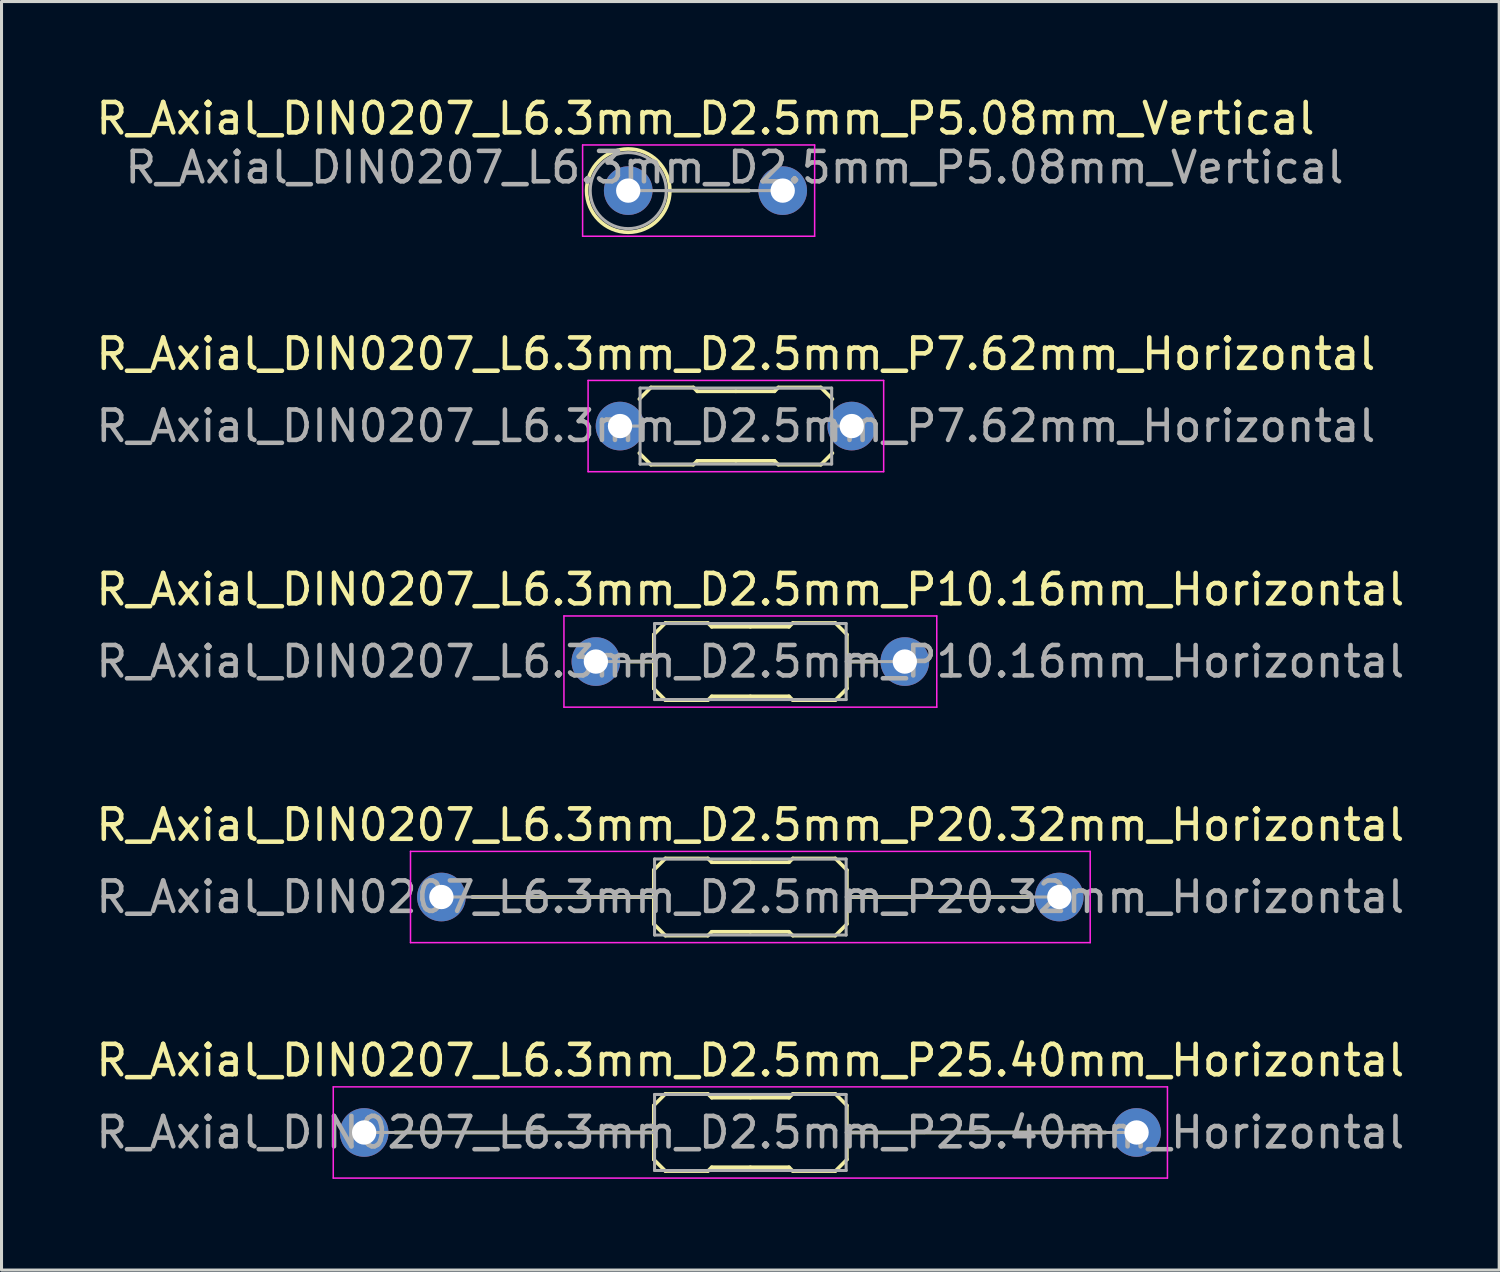
<source format=kicad_pcb>
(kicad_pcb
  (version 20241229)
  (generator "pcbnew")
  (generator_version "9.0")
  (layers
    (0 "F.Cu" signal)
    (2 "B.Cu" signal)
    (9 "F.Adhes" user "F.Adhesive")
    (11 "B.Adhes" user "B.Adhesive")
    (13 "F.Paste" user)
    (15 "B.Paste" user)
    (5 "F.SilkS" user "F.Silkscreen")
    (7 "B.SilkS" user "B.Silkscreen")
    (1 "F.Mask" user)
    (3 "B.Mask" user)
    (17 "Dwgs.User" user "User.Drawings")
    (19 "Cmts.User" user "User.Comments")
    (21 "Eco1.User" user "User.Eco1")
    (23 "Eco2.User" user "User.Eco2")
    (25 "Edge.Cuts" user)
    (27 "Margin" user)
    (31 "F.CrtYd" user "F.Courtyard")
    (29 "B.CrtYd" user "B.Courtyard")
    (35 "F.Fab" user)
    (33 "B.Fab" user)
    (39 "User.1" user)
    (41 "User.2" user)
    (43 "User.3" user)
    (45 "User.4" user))
  (footprint "R_Axial_DIN0207_L6.3mm_D2.5mm_P25.40mm_Horizontal"
    (layer "F.Cu")
    (at 11.465 34.191)
    (property "Reference" "R_Axial_DIN0207_L6.3mm_D2.5mm_P25.40mm_Horizontal" (at 10.16 -2.37 0) (layer "F.SilkS") (effects (font (size 1 1) (thickness 0.15))))
    (attr through_hole)
    (fp_line (start 6.985 -0.889) (end 6.985 0.889) (stroke (width 0.12) (type solid)) (layer "F.SilkS"))
    (fp_line (start 6.985 -0.889) (end 7.366 -1.27) (stroke (width 0.12) (type solid)) (layer "F.SilkS"))
    (fp_line (start 6.985 0) (end -1.524 0) (stroke (width 0.12) (type solid)) (layer "F.SilkS"))
    (fp_line (start 6.985 0.889) (end 7.366 1.27) (stroke (width 0.12) (type solid)) (layer "F.SilkS"))
    (fp_line (start 7.366 -1.27) (end 8.763 -1.27) (stroke (width 0.12) (type solid)) (layer "F.SilkS"))
    (fp_line (start 7.366 1.27) (end 8.763 1.27) (stroke (width 0.12) (type solid)) (layer "F.SilkS"))
    (fp_line (start 8.763 -1.27) (end 8.89 -1.143) (stroke (width 0.12) (type solid)) (layer "F.SilkS"))
    (fp_line (start 8.763 1.27) (end 8.89 1.143) (stroke (width 0.12) (type solid)) (layer "F.SilkS"))
    (fp_line (start 8.89 -1.143) (end 10.16 -1.143) (stroke (width 0.12) (type solid)) (layer "F.SilkS"))
    (fp_line (start 8.89 1.143) (end 10.16 1.143) (stroke (width 0.12) (type solid)) (layer "F.SilkS"))
    (fp_line (start 11.43 -1.143) (end 10.16 -1.143) (stroke (width 0.12) (type solid)) (layer "F.SilkS"))
    (fp_line (start 11.43 1.143) (end 10.16 1.143) (stroke (width 0.12) (type solid)) (layer "F.SilkS"))
    (fp_line (start 11.557 -1.27) (end 11.43 -1.143) (stroke (width 0.12) (type solid)) (layer "F.SilkS"))
    (fp_line (start 11.557 1.27) (end 11.43 1.143) (stroke (width 0.12) (type solid)) (layer "F.SilkS"))
    (fp_line (start 12.954 -1.27) (end 11.557 -1.27) (stroke (width 0.12) (type solid)) (layer "F.SilkS"))
    (fp_line (start 12.954 1.27) (end 11.557 1.27) (stroke (width 0.12) (type solid)) (layer "F.SilkS"))
    (fp_line (start 13.335 -0.889) (end 12.954 -1.27) (stroke (width 0.12) (type solid)) (layer "F.SilkS"))
    (fp_line (start 13.335 -0.889) (end 13.335 0.889) (stroke (width 0.12) (type solid)) (layer "F.SilkS"))
    (fp_line (start 13.335 0) (end 21.844 0) (stroke (width 0.12) (type solid)) (layer "F.SilkS"))
    (fp_line (start 13.335 0.889) (end 12.954 1.27) (stroke (width 0.12) (type solid)) (layer "F.SilkS"))
    (fp_line (start -3.556 -1.5) (end -3.556 1.5) (stroke (width 0.05) (type solid)) (layer "F.CrtYd"))
    (fp_line (start -3.556 1.5) (end 23.876 1.5) (stroke (width 0.05) (type solid)) (layer "F.CrtYd"))
    (fp_line (start 23.876 -1.5) (end -3.556 -1.5) (stroke (width 0.05) (type solid)) (layer "F.CrtYd"))
    (fp_line (start 23.876 1.5) (end 23.876 -1.5) (stroke (width 0.05) (type solid)) (layer "F.CrtYd"))
    (fp_line (start -2.54 0) (end 7.01 0) (stroke (width 0.1) (type solid)) (layer "F.Fab"))
    (fp_line (start 7.01 -1.25) (end 7.01 1.25) (stroke (width 0.1) (type solid)) (layer "F.Fab"))
    (fp_line (start 7.01 1.25) (end 13.31 1.25) (stroke (width 0.1) (type solid)) (layer "F.Fab"))
    (fp_line (start 13.31 -1.25) (end 7.01 -1.25) (stroke (width 0.1) (type solid)) (layer "F.Fab"))
    (fp_line (start 13.31 1.25) (end 13.31 -1.25) (stroke (width 0.1) (type solid)) (layer "F.Fab"))
    (fp_line (start 22.86 0) (end 13.31 0) (stroke (width 0.1) (type solid)) (layer "F.Fab"))
    (fp_text user "${REFERENCE}" (at 10.16 0 0) (layer "F.Fab") (effects (font (size 1 1) (thickness 0.15))))
    (pad "1" thru_hole circle (at -2.54 0) (size 1.6 1.6) (drill 0.8) (layers "*.Cu" "*.Mask"))
    (pad "2" thru_hole oval (at 22.86 0) (size 1.6 1.6) (drill 0.8) (layers "*.Cu" "*.Mask")))
  (footprint "R_Axial_DIN0207_L6.3mm_D2.5mm_P5.08mm_Vertical"
    (layer "F.Cu")
    (at 17.609 3.218)
    (property "Reference" "R_Axial_DIN0207_L6.3mm_D2.5mm_P5.08mm_Vertical" (at 2.54 -2.37 0) (layer "F.SilkS") (effects (font (size 1 1) (thickness 0.15))))
    (attr through_hole)
    (fp_line (start 1.37 0) (end 3.98 0) (stroke (width 0.12) (type solid)) (layer "F.SilkS"))
    (fp_circle (center 0 0) (end 1.37 0) (stroke (width 0.12) (type solid)) (fill no) (layer "F.SilkS"))
    (fp_line (start -1.5 -1.5) (end -1.5 1.5) (stroke (width 0.05) (type solid)) (layer "F.CrtYd"))
    (fp_line (start -1.5 1.5) (end 6.13 1.5) (stroke (width 0.05) (type solid)) (layer "F.CrtYd"))
    (fp_line (start 6.13 -1.5) (end -1.5 -1.5) (stroke (width 0.05) (type solid)) (layer "F.CrtYd"))
    (fp_line (start 6.13 1.5) (end 6.13 -1.5) (stroke (width 0.05) (type solid)) (layer "F.CrtYd"))
    (fp_line (start 0 0) (end 5.08 0) (stroke (width 0.1) (type solid)) (layer "F.Fab"))
    (fp_circle (center 0 0) (end 1.25 0) (stroke (width 0.1) (type solid)) (fill no) (layer "F.Fab"))
    (fp_text user "${REFERENCE}" (at 3.493 -0.762 0) (layer "F.Fab") (effects (font (size 1 1) (thickness 0.15))))
    (pad "1" thru_hole circle (at 0 0) (size 1.6 1.6) (drill 0.8) (layers "*.Cu" "*.Mask"))
    (pad "2" thru_hole oval (at 5.08 0) (size 1.6 1.6) (drill 0.8) (layers "*.Cu" "*.Mask")))
  (footprint "R_Axial_DIN0207_L6.3mm_D2.5mm_P10.16mm_Horizontal"
    (layer "F.Cu")
    (at 16.545 18.705)
    (property "Reference" "R_Axial_DIN0207_L6.3mm_D2.5mm_P10.16mm_Horizontal" (at 5.08 -2.37 0) (layer "F.SilkS") (effects (font (size 1 1) (thickness 0.15))))
    (attr through_hole)
    (fp_line (start 1.905 -0.889) (end 1.905 0.889) (stroke (width 0.12) (type solid)) (layer "F.SilkS"))
    (fp_line (start 1.905 -0.889) (end 2.286 -1.27) (stroke (width 0.12) (type solid)) (layer "F.SilkS"))
    (fp_line (start 1.905 0) (end 1.016 0) (stroke (width 0.12) (type solid)) (layer "F.SilkS"))
    (fp_line (start 1.905 0.889) (end 2.286 1.27) (stroke (width 0.12) (type solid)) (layer "F.SilkS"))
    (fp_line (start 2.286 -1.27) (end 3.683 -1.27) (stroke (width 0.12) (type solid)) (layer "F.SilkS"))
    (fp_line (start 2.286 1.27) (end 3.683 1.27) (stroke (width 0.12) (type solid)) (layer "F.SilkS"))
    (fp_line (start 3.683 -1.27) (end 3.81 -1.143) (stroke (width 0.12) (type solid)) (layer "F.SilkS"))
    (fp_line (start 3.683 1.27) (end 3.81 1.143) (stroke (width 0.12) (type solid)) (layer "F.SilkS"))
    (fp_line (start 3.81 -1.143) (end 5.08 -1.143) (stroke (width 0.12) (type solid)) (layer "F.SilkS"))
    (fp_line (start 3.81 1.143) (end 5.08 1.143) (stroke (width 0.12) (type solid)) (layer "F.SilkS"))
    (fp_line (start 6.35 -1.143) (end 5.08 -1.143) (stroke (width 0.12) (type solid)) (layer "F.SilkS"))
    (fp_line (start 6.35 1.143) (end 5.08 1.143) (stroke (width 0.12) (type solid)) (layer "F.SilkS"))
    (fp_line (start 6.477 -1.27) (end 6.35 -1.143) (stroke (width 0.12) (type solid)) (layer "F.SilkS"))
    (fp_line (start 6.477 1.27) (end 6.35 1.143) (stroke (width 0.12) (type solid)) (layer "F.SilkS"))
    (fp_line (start 7.874 -1.27) (end 6.477 -1.27) (stroke (width 0.12) (type solid)) (layer "F.SilkS"))
    (fp_line (start 7.874 1.27) (end 6.477 1.27) (stroke (width 0.12) (type solid)) (layer "F.SilkS"))
    (fp_line (start 8.255 -0.889) (end 7.874 -1.27) (stroke (width 0.12) (type solid)) (layer "F.SilkS"))
    (fp_line (start 8.255 -0.889) (end 8.255 0.889) (stroke (width 0.12) (type solid)) (layer "F.SilkS"))
    (fp_line (start 8.255 0) (end 9.144 0) (stroke (width 0.12) (type solid)) (layer "F.SilkS"))
    (fp_line (start 8.255 0.889) (end 7.874 1.27) (stroke (width 0.12) (type solid)) (layer "F.SilkS"))
    (fp_line (start -1.05 -1.5) (end -1.05 1.5) (stroke (width 0.05) (type solid)) (layer "F.CrtYd"))
    (fp_line (start -1.05 1.5) (end 11.21 1.5) (stroke (width 0.05) (type solid)) (layer "F.CrtYd"))
    (fp_line (start 11.21 -1.5) (end -1.05 -1.5) (stroke (width 0.05) (type solid)) (layer "F.CrtYd"))
    (fp_line (start 11.21 1.5) (end 11.21 -1.5) (stroke (width 0.05) (type solid)) (layer "F.CrtYd"))
    (fp_line (start 0 0) (end 1.93 0) (stroke (width 0.1) (type solid)) (layer "F.Fab"))
    (fp_line (start 1.93 -1.25) (end 1.93 1.25) (stroke (width 0.1) (type solid)) (layer "F.Fab"))
    (fp_line (start 1.93 1.25) (end 8.23 1.25) (stroke (width 0.1) (type solid)) (layer "F.Fab"))
    (fp_line (start 8.23 -1.25) (end 1.93 -1.25) (stroke (width 0.1) (type solid)) (layer "F.Fab"))
    (fp_line (start 8.23 1.25) (end 8.23 -1.25) (stroke (width 0.1) (type solid)) (layer "F.Fab"))
    (fp_line (start 10.16 0) (end 8.23 0) (stroke (width 0.1) (type solid)) (layer "F.Fab"))
    (fp_text user "${REFERENCE}" (at 5.08 0 0) (layer "F.Fab") (effects (font (size 1 1) (thickness 0.15))))
    (pad "1" thru_hole circle (at 0 0) (size 1.6 1.6) (drill 0.8) (layers "*.Cu" "*.Mask"))
    (pad "2" thru_hole oval (at 10.16 0) (size 1.6 1.6) (drill 0.8) (layers "*.Cu" "*.Mask")))
  (footprint "R_Axial_DIN0207_L6.3mm_D2.5mm_P20.32mm_Horizontal"
    (layer "F.Cu")
    (at 14.005 26.448)
    (property "Reference" "R_Axial_DIN0207_L6.3mm_D2.5mm_P20.32mm_Horizontal" (at 7.62 -2.37 0) (layer "F.SilkS") (effects (font (size 1 1) (thickness 0.15))))
    (attr through_hole)
    (fp_line (start 4.445 -0.889) (end 4.445 0.889) (stroke (width 0.12) (type solid)) (layer "F.SilkS"))
    (fp_line (start 4.445 -0.889) (end 4.826 -1.27) (stroke (width 0.12) (type solid)) (layer "F.SilkS"))
    (fp_line (start 4.445 0) (end -1.524 0) (stroke (width 0.12) (type solid)) (layer "F.SilkS"))
    (fp_line (start 4.445 0.889) (end 4.826 1.27) (stroke (width 0.12) (type solid)) (layer "F.SilkS"))
    (fp_line (start 4.826 -1.27) (end 6.223 -1.27) (stroke (width 0.12) (type solid)) (layer "F.SilkS"))
    (fp_line (start 4.826 1.27) (end 6.223 1.27) (stroke (width 0.12) (type solid)) (layer "F.SilkS"))
    (fp_line (start 6.223 -1.27) (end 6.35 -1.143) (stroke (width 0.12) (type solid)) (layer "F.SilkS"))
    (fp_line (start 6.223 1.27) (end 6.35 1.143) (stroke (width 0.12) (type solid)) (layer "F.SilkS"))
    (fp_line (start 6.35 -1.143) (end 7.62 -1.143) (stroke (width 0.12) (type solid)) (layer "F.SilkS"))
    (fp_line (start 6.35 1.143) (end 7.62 1.143) (stroke (width 0.12) (type solid)) (layer "F.SilkS"))
    (fp_line (start 8.89 -1.143) (end 7.62 -1.143) (stroke (width 0.12) (type solid)) (layer "F.SilkS"))
    (fp_line (start 8.89 1.143) (end 7.62 1.143) (stroke (width 0.12) (type solid)) (layer "F.SilkS"))
    (fp_line (start 9.017 -1.27) (end 8.89 -1.143) (stroke (width 0.12) (type solid)) (layer "F.SilkS"))
    (fp_line (start 9.017 1.27) (end 8.89 1.143) (stroke (width 0.12) (type solid)) (layer "F.SilkS"))
    (fp_line (start 10.414 -1.27) (end 9.017 -1.27) (stroke (width 0.12) (type solid)) (layer "F.SilkS"))
    (fp_line (start 10.414 1.27) (end 9.017 1.27) (stroke (width 0.12) (type solid)) (layer "F.SilkS"))
    (fp_line (start 10.795 -0.889) (end 10.414 -1.27) (stroke (width 0.12) (type solid)) (layer "F.SilkS"))
    (fp_line (start 10.795 -0.889) (end 10.795 0.889) (stroke (width 0.12) (type solid)) (layer "F.SilkS"))
    (fp_line (start 10.795 0) (end 16.764 0) (stroke (width 0.12) (type solid)) (layer "F.SilkS"))
    (fp_line (start 10.795 0.889) (end 10.414 1.27) (stroke (width 0.12) (type solid)) (layer "F.SilkS"))
    (fp_line (start -3.556 -1.5) (end -3.556 1.5) (stroke (width 0.05) (type solid)) (layer "F.CrtYd"))
    (fp_line (start -3.556 1.5) (end 18.796 1.5) (stroke (width 0.05) (type solid)) (layer "F.CrtYd"))
    (fp_line (start 18.796 -1.5) (end -3.556 -1.5) (stroke (width 0.05) (type solid)) (layer "F.CrtYd"))
    (fp_line (start 18.796 1.5) (end 18.796 -1.5) (stroke (width 0.05) (type solid)) (layer "F.CrtYd"))
    (fp_line (start -2.54 0) (end 4.47 0) (stroke (width 0.1) (type solid)) (layer "F.Fab"))
    (fp_line (start 4.47 -1.25) (end 4.47 1.25) (stroke (width 0.1) (type solid)) (layer "F.Fab"))
    (fp_line (start 4.47 1.25) (end 10.77 1.25) (stroke (width 0.1) (type solid)) (layer "F.Fab"))
    (fp_line (start 10.77 -1.25) (end 4.47 -1.25) (stroke (width 0.1) (type solid)) (layer "F.Fab"))
    (fp_line (start 10.77 1.25) (end 10.77 -1.25) (stroke (width 0.1) (type solid)) (layer "F.Fab"))
    (fp_line (start 17.78 0) (end 10.77 0) (stroke (width 0.1) (type solid)) (layer "F.Fab"))
    (fp_text user "${REFERENCE}" (at 7.62 0 0) (layer "F.Fab") (effects (font (size 1 1) (thickness 0.15))))
    (pad "1" thru_hole circle (at -2.54 0) (size 1.6 1.6) (drill 0.8) (layers "*.Cu" "*.Mask"))
    (pad "2" thru_hole oval (at 17.78 0) (size 1.6 1.6) (drill 0.8) (layers "*.Cu" "*.Mask")))
  (footprint "R_Axial_DIN0207_L6.3mm_D2.5mm_P7.62mm_Horizontal"
    (layer "F.Cu")
    (at 17.339 10.961)
    (property "Reference" "R_Axial_DIN0207_L6.3mm_D2.5mm_P7.62mm_Horizontal" (at 3.81 -2.37 0) (layer "F.SilkS") (effects (font (size 1 1) (thickness 0.15))))
    (attr through_hole)
    (fp_line (start 0.635 -0.889) (end 1.016 -1.27) (stroke (width 0.12) (type solid)) (layer "F.SilkS"))
    (fp_line (start 0.635 0.889) (end 1.016 1.27) (stroke (width 0.12) (type solid)) (layer "F.SilkS"))
    (fp_line (start 1.016 -1.27) (end 2.413 -1.27) (stroke (width 0.12) (type solid)) (layer "F.SilkS"))
    (fp_line (start 1.016 1.27) (end 2.413 1.27) (stroke (width 0.12) (type solid)) (layer "F.SilkS"))
    (fp_line (start 2.413 -1.27) (end 2.54 -1.143) (stroke (width 0.12) (type solid)) (layer "F.SilkS"))
    (fp_line (start 2.413 1.27) (end 2.54 1.143) (stroke (width 0.12) (type solid)) (layer "F.SilkS"))
    (fp_line (start 2.54 -1.143) (end 3.81 -1.143) (stroke (width 0.12) (type solid)) (layer "F.SilkS"))
    (fp_line (start 2.54 1.143) (end 3.81 1.143) (stroke (width 0.12) (type solid)) (layer "F.SilkS"))
    (fp_line (start 5.08 -1.143) (end 3.81 -1.143) (stroke (width 0.12) (type solid)) (layer "F.SilkS"))
    (fp_line (start 5.08 1.143) (end 3.81 1.143) (stroke (width 0.12) (type solid)) (layer "F.SilkS"))
    (fp_line (start 5.207 -1.27) (end 5.08 -1.143) (stroke (width 0.12) (type solid)) (layer "F.SilkS"))
    (fp_line (start 5.207 1.27) (end 5.08 1.143) (stroke (width 0.12) (type solid)) (layer "F.SilkS"))
    (fp_line (start 6.604 -1.27) (end 5.207 -1.27) (stroke (width 0.12) (type solid)) (layer "F.SilkS"))
    (fp_line (start 6.604 1.27) (end 5.207 1.27) (stroke (width 0.12) (type solid)) (layer "F.SilkS"))
    (fp_line (start 6.985 -0.889) (end 6.604 -1.27) (stroke (width 0.12) (type solid)) (layer "F.SilkS"))
    (fp_line (start 6.985 0.889) (end 6.604 1.27) (stroke (width 0.12) (type solid)) (layer "F.SilkS"))
    (fp_line (start -1.05 -1.5) (end -1.05 1.5) (stroke (width 0.05) (type solid)) (layer "F.CrtYd"))
    (fp_line (start -1.05 1.5) (end 8.67 1.5) (stroke (width 0.05) (type solid)) (layer "F.CrtYd"))
    (fp_line (start 8.67 -1.5) (end -1.05 -1.5) (stroke (width 0.05) (type solid)) (layer "F.CrtYd"))
    (fp_line (start 8.67 1.5) (end 8.67 -1.5) (stroke (width 0.05) (type solid)) (layer "F.CrtYd"))
    (fp_line (start 0 0) (end 0.66 0) (stroke (width 0.1) (type solid)) (layer "F.Fab"))
    (fp_line (start 0.66 -1.25) (end 0.66 1.25) (stroke (width 0.1) (type solid)) (layer "F.Fab"))
    (fp_line (start 0.66 1.25) (end 6.96 1.25) (stroke (width 0.1) (type solid)) (layer "F.Fab"))
    (fp_line (start 6.96 -1.25) (end 0.66 -1.25) (stroke (width 0.1) (type solid)) (layer "F.Fab"))
    (fp_line (start 6.96 1.25) (end 6.96 -1.25) (stroke (width 0.1) (type solid)) (layer "F.Fab"))
    (fp_line (start 7.62 0) (end 6.96 0) (stroke (width 0.1) (type solid)) (layer "F.Fab"))
    (fp_text user "${REFERENCE}" (at 3.81 0 0) (layer "F.Fab") (effects (font (size 1 1) (thickness 0.15))))
    (pad "1" thru_hole circle (at 0 0) (size 1.6 1.6) (drill 0.8) (layers "*.Cu" "*.Mask"))
    (pad "2" thru_hole oval (at 7.62 0) (size 1.6 1.6) (drill 0.8) (layers "*.Cu" "*.Mask")))
  (gr_rect
    (start -3 -3)
    (end 46.25 38.716)
    (stroke (width 0.1) (type default))
    (fill no)
    (layer "Edge.Cuts")))
</source>
